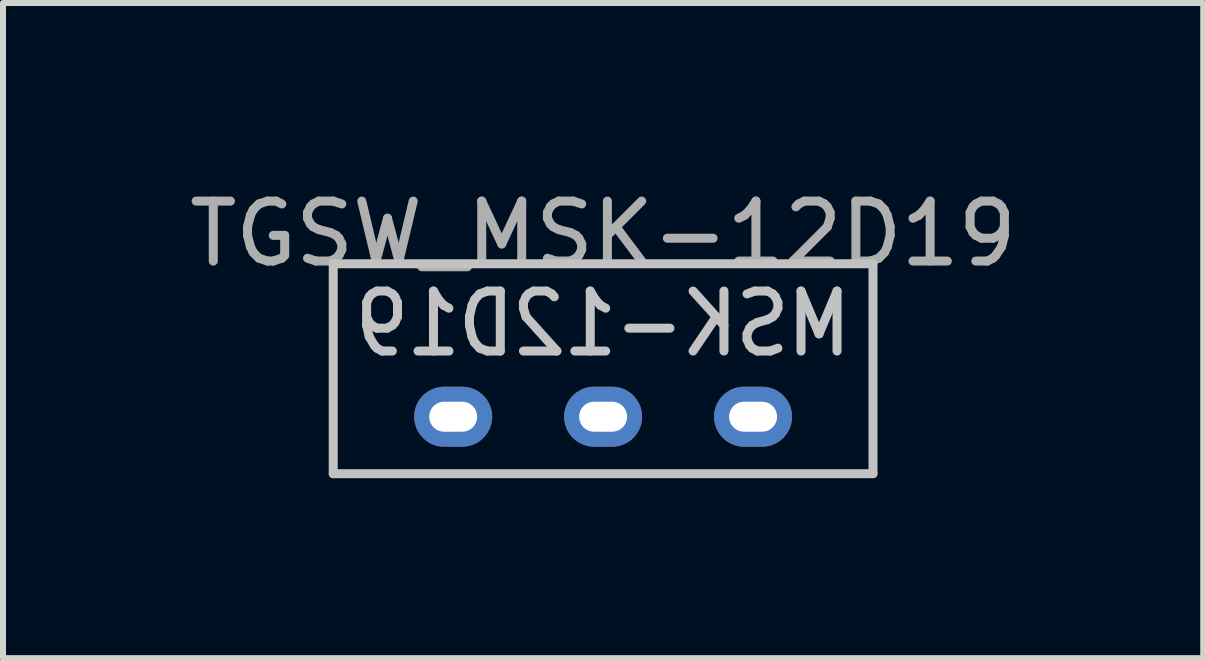
<source format=kicad_pcb>
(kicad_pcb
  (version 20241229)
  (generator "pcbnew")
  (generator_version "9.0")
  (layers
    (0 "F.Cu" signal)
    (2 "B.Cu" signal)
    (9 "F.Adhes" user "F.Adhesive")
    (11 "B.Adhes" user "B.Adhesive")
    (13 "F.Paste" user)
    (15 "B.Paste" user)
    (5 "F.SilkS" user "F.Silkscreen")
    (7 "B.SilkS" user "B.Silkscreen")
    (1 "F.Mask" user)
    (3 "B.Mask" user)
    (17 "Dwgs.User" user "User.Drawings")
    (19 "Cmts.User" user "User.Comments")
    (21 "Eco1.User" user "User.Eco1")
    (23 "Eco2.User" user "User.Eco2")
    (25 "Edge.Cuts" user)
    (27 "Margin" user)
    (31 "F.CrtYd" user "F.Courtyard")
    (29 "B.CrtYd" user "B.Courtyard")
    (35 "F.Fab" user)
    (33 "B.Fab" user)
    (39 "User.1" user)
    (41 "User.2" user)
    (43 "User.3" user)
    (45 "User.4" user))
  (footprint "TGSW_MSK-12D19"
    (layer "F.Cu")
    (at 7.006 1.148)
    (property "Reference" "TGSW_MSK-12D19" (at 0 -0.3 0) (layer "F.Fab") (effects (font (size 1 1) (thickness 0.15))))
    (attr through_hole)
    (fp_line (start -4.5 0.2) (end 4.5 0.2) (stroke (width 0.15) (type solid)) (layer "Dwgs.User"))
    (fp_line (start -4.5 3.7) (end -4.5 0.2) (stroke (width 0.15) (type solid)) (layer "Dwgs.User"))
    (fp_line (start 4.5 0.2) (end 4.5 3.7) (stroke (width 0.15) (type solid)) (layer "Dwgs.User"))
    (fp_line (start 4.5 3.7) (end -4.5 3.7) (stroke (width 0.15) (type solid)) (layer "Dwgs.User"))
    (fp_text user "MSK-12D19" (at 0 1.2 0) (layer "Dwgs.User") (effects (font (size 1 0.9) (thickness 0.15)) (justify mirror)))
    (pad "1" thru_hole oval (at -2.5 2.75) (size 1.3 1) (drill oval 0.8 0.5) (layers "*.Cu" "*.Mask"))
    (pad "2" thru_hole oval (at 0 2.75) (size 1.3 1) (drill oval 0.8 0.5) (layers "*.Cu" "*.Mask"))
    (pad "3" thru_hole oval (at 2.5 2.75) (size 1.3 1) (drill oval 0.8 0.5) (layers "*.Cu" "*.Mask")))
  (gr_rect
    (start -3 -3)
    (end 17.012 7.923)
    (stroke (width 0.1) (type default))
    (fill no)
    (layer "Edge.Cuts")))
</source>
